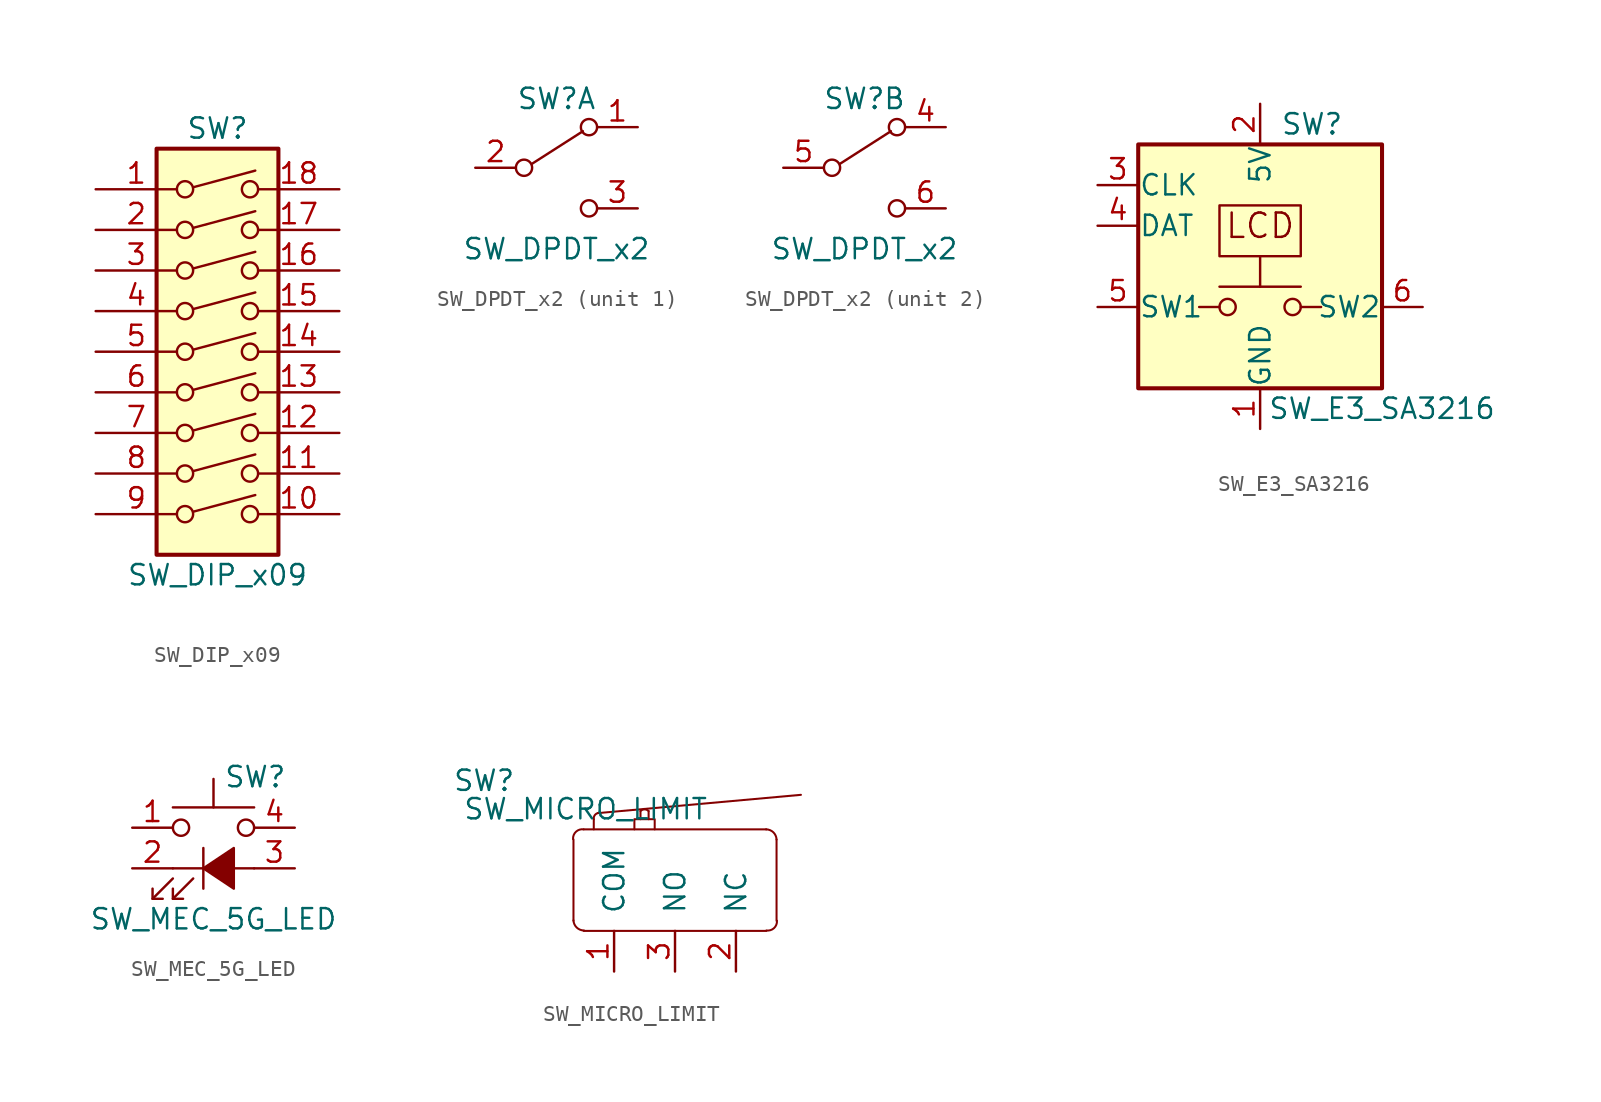
<source format=kicad_sym>
(kicad_symbol_lib
  (version 20201005)
  (generator kicad_symbol_editor)
  (symbol "SW_DIP_x09"
    (pin_names
      (offset 0) hide)
    (property "Reference" "SW"
      (at 0 13.97 0)
      (effects (font (size 1.27 1.27))))
    (property "Value" "SW_DIP_x09"
      (at 0 -13.97 0)
      (effects (font (size 1.27 1.27))))
    (symbol "SW_DIP_x09_0_0"
      (circle (center -2.032 -10.16) (radius 0.508) (stroke (width 0)) (fill (type none)))
      (circle (center -2.032 -7.62) (radius 0.508) (stroke (width 0)) (fill (type none)))
      (circle (center -2.032 -5.08) (radius 0.508) (stroke (width 0)) (fill (type none)))
      (circle (center -2.032 -2.54) (radius 0.508) (stroke (width 0)) (fill (type none)))
      (circle (center -2.032 0) (radius 0.508) (stroke (width 0)) (fill (type none)))
      (circle (center -2.032 2.54) (radius 0.508) (stroke (width 0)) (fill (type none)))
      (circle (center -2.032 5.08) (radius 0.508) (stroke (width 0)) (fill (type none)))
      (circle (center -2.032 7.62) (radius 0.508) (stroke (width 0)) (fill (type none)))
      (circle (center -2.032 10.16) (radius 0.508) (stroke (width 0)) (fill (type none)))
      (circle (center 2.032 -10.16) (radius 0.508) (stroke (width 0)) (fill (type none)))
      (circle (center 2.032 -7.62) (radius 0.508) (stroke (width 0)) (fill (type none)))
      (circle (center 2.032 -5.08) (radius 0.508) (stroke (width 0)) (fill (type none)))
      (circle (center 2.032 -2.54) (radius 0.508) (stroke (width 0)) (fill (type none)))
      (circle (center 2.032 0) (radius 0.508) (stroke (width 0)) (fill (type none)))
      (circle (center 2.032 2.54) (radius 0.508) (stroke (width 0)) (fill (type none)))
      (circle (center 2.032 5.08) (radius 0.508) (stroke (width 0)) (fill (type none)))
      (circle (center 2.032 7.62) (radius 0.508) (stroke (width 0)) (fill (type none)))
      (circle (center 2.032 10.16) (radius 0.508) (stroke (width 0)) (fill (type none)))
      (polyline (pts (xy -1.524 -10.008) (xy 2.362 -8.966)) (stroke (width 0)) (fill (type none)))
      (polyline (pts (xy -1.524 -7.468) (xy 2.362 -6.426)) (stroke (width 0)) (fill (type none)))
      (polyline (pts (xy -1.524 -4.928) (xy 2.362 -3.886)) (stroke (width 0)) (fill (type none)))
      (polyline (pts (xy -1.524 -2.388) (xy 2.362 -1.346)) (stroke (width 0)) (fill (type none)))
      (polyline (pts (xy -1.524 0.127) (xy 2.362 1.168)) (stroke (width 0)) (fill (type none)))
      (polyline (pts (xy -1.524 2.667) (xy 2.362 3.708)) (stroke (width 0)) (fill (type none)))
      (polyline (pts (xy -1.524 5.207) (xy 2.362 6.248)) (stroke (width 0)) (fill (type none)))
      (polyline (pts (xy -1.524 7.747) (xy 2.362 8.788)) (stroke (width 0)) (fill (type none)))
      (polyline (pts (xy -1.524 10.287) (xy 2.362 11.328)) (stroke (width 0)) (fill (type none))))
    (symbol "SW_DIP_x09_0_1"
      (rectangle (start -3.81 12.7) (end 3.81 -12.7) (stroke (width 0.254)) (fill (type background))))
    (symbol "SW_DIP_x09_1_1"
      (pin passive line (at -7.62 10.16 0) (length 5.08) (name "~" (effects (font (size 1.27 1.27)))) (number "1" (effects (font (size 1.27 1.27)))))
      (pin passive line (at 7.62 -10.16 180) (length 5.08) (name "~" (effects (font (size 1.27 1.27)))) (number "10" (effects (font (size 1.27 1.27)))))
      (pin passive line (at 7.62 -7.62 180) (length 5.08) (name "~" (effects (font (size 1.27 1.27)))) (number "11" (effects (font (size 1.27 1.27)))))
      (pin passive line (at 7.62 -5.08 180) (length 5.08) (name "~" (effects (font (size 1.27 1.27)))) (number "12" (effects (font (size 1.27 1.27)))))
      (pin passive line (at 7.62 -2.54 180) (length 5.08) (name "~" (effects (font (size 1.27 1.27)))) (number "13" (effects (font (size 1.27 1.27)))))
      (pin passive line (at 7.62 0 180) (length 5.08) (name "~" (effects (font (size 1.27 1.27)))) (number "14" (effects (font (size 1.27 1.27)))))
      (pin passive line (at 7.62 2.54 180) (length 5.08) (name "~" (effects (font (size 1.27 1.27)))) (number "15" (effects (font (size 1.27 1.27)))))
      (pin passive line (at 7.62 5.08 180) (length 5.08) (name "~" (effects (font (size 1.27 1.27)))) (number "16" (effects (font (size 1.27 1.27)))))
      (pin passive line (at 7.62 7.62 180) (length 5.08) (name "~" (effects (font (size 1.27 1.27)))) (number "17" (effects (font (size 1.27 1.27)))))
      (pin passive line (at 7.62 10.16 180) (length 5.08) (name "~" (effects (font (size 1.27 1.27)))) (number "18" (effects (font (size 1.27 1.27)))))
      (pin passive line (at -7.62 7.62 0) (length 5.08) (name "~" (effects (font (size 1.27 1.27)))) (number "2" (effects (font (size 1.27 1.27)))))
      (pin passive line (at -7.62 5.08 0) (length 5.08) (name "~" (effects (font (size 1.27 1.27)))) (number "3" (effects (font (size 1.27 1.27)))))
      (pin passive line (at -7.62 2.54 0) (length 5.08) (name "~" (effects (font (size 1.27 1.27)))) (number "4" (effects (font (size 1.27 1.27)))))
      (pin passive line (at -7.62 0 0) (length 5.08) (name "~" (effects (font (size 1.27 1.27)))) (number "5" (effects (font (size 1.27 1.27)))))
      (pin passive line (at -7.62 -2.54 0) (length 5.08) (name "~" (effects (font (size 1.27 1.27)))) (number "6" (effects (font (size 1.27 1.27)))))
      (pin passive line (at -7.62 -5.08 0) (length 5.08) (name "~" (effects (font (size 1.27 1.27)))) (number "7" (effects (font (size 1.27 1.27)))))
      (pin passive line (at -7.62 -7.62 0) (length 5.08) (name "~" (effects (font (size 1.27 1.27)))) (number "8" (effects (font (size 1.27 1.27)))))
      (pin passive line (at -7.62 -10.16 0) (length 5.08) (name "~" (effects (font (size 1.27 1.27)))) (number "9" (effects (font (size 1.27 1.27)))))))
  (symbol "SW_DPDT_x2"
    (pin_names
      (offset 0) hide)
    (property "Reference" "SW"
      (at 0 4.318 0)
      (effects (font (size 1.27 1.27))))
    (property "Value" "SW_DPDT_x2"
      (at 0 -5.08 0)
      (effects (font (size 1.27 1.27))))
    (symbol "SW_DPDT_x2_0_0"
      (circle (center -2.032 0) (radius 0.508) (stroke (width 0)) (fill (type none)))
      (circle (center 2.032 -2.54) (radius 0.508) (stroke (width 0)) (fill (type none))))
    (symbol "SW_DPDT_x2_0_1"
      (circle (center 2.032 2.54) (radius 0.508) (stroke (width 0)) (fill (type none)))
      (polyline (pts (xy -1.524 0.254) (xy 1.651 2.286)) (stroke (width 0)) (fill (type none))))
    (symbol "SW_DPDT_x2_1_1"
      (pin passive line (at 5.08 2.54 180) (length 2.54) (name "A" (effects (font (size 1.27 1.27)))) (number "1" (effects (font (size 1.27 1.27)))))
      (pin passive line (at -5.08 0 0) (length 2.54) (name "B" (effects (font (size 1.27 1.27)))) (number "2" (effects (font (size 1.27 1.27)))))
      (pin passive line (at 5.08 -2.54 180) (length 2.54) (name "C" (effects (font (size 1.27 1.27)))) (number "3" (effects (font (size 1.27 1.27))))))
    (symbol "SW_DPDT_x2_2_1"
      (pin passive line (at 5.08 2.54 180) (length 2.54) (name "A" (effects (font (size 1.27 1.27)))) (number "4" (effects (font (size 1.27 1.27)))))
      (pin passive line (at -5.08 0 0) (length 2.54) (name "B" (effects (font (size 1.27 1.27)))) (number "5" (effects (font (size 1.27 1.27)))))
      (pin passive line (at 5.08 -2.54 180) (length 2.54) (name "C" (effects (font (size 1.27 1.27)))) (number "6" (effects (font (size 1.27 1.27)))))))
  (symbol "SW_E3_SA3216"
    (pin_names
      (offset 0.025))
    (property "Reference" "SW"
      (at 1.27 8.89 0)
      (effects (font (size 1.27 1.27)) (justify left)))
    (property "Value" "SW_E3_SA3216"
      (at 7.62 -8.89 0)
      (effects (font (size 1.27 1.27))))
    (symbol "SW_E3_SA3216_0_0"
      (text "LCD" (at 0 2.54 0) (effects (font (size 1.524 1.524))))
      (rectangle (start -7.62 7.62) (end 7.62 -7.62) (stroke (width 0.254)) (fill (type background)))
      (polyline (pts (xy -2.54 -2.54) (xy -3.81 -2.54)) (stroke (width 0)) (fill (type none)))
      (polyline (pts (xy 2.54 -2.54) (xy 3.81 -2.54)) (stroke (width 0)) (fill (type none))))
    (symbol "SW_E3_SA3216_0_1"
      (circle (center -2.032 -2.54) (radius 0.508) (stroke (width 0)) (fill (type none)))
      (circle (center 2.032 -2.54) (radius 0.508) (stroke (width 0)) (fill (type none)))
      (polyline (pts (xy 2.54 -1.27) (xy -2.54 -1.27)) (stroke (width 0)) (fill (type none)))
      (polyline (pts (xy 0 -1.27) (xy 0 0.635) (xy -2.54 0.635) (xy -2.54 3.81) (xy 2.54 3.81) (xy 2.54 0.635) (xy 0 0.635)) (stroke (width 0)) (fill (type none)))
      (pin power_in line (at 0 -10.16 90) (length 2.54) (name "GND" (effects (font (size 1.27 1.27)))) (number "1" (effects (font (size 1.27 1.27)))))
      (pin power_in line (at 0 10.16 270) (length 2.54) (name "5V" (effects (font (size 1.27 1.27)))) (number "2" (effects (font (size 1.27 1.27)))))
      (pin input line (at -10.16 5.08 0) (length 2.54) (name "CLK" (effects (font (size 1.27 1.27)))) (number "3" (effects (font (size 1.27 1.27)))))
      (pin input line (at -10.16 2.54 0) (length 2.54) (name "DAT" (effects (font (size 1.27 1.27)))) (number "4" (effects (font (size 1.27 1.27))))))
    (symbol "SW_E3_SA3216_1_1"
      (pin passive line (at -10.16 -2.54 0) (length 2.54) (name "SW1" (effects (font (size 1.27 1.27)))) (number "5" (effects (font (size 1.27 1.27)))))
      (pin passive line (at 10.16 -2.54 180) (length 2.54) (name "SW2" (effects (font (size 1.27 1.27)))) (number "6" (effects (font (size 1.27 1.27)))))))
  (symbol "SW_MEC_5G_LED"
    (pin_names
      (offset 1.016) hide)
    (property "Reference" "SW"
      (at 0.635 5.715 0)
      (effects (font (size 1.27 1.27)) (justify left)))
    (property "Value" "SW_MEC_5G_LED"
      (at 0 -3.175 0)
      (effects (font (size 1.27 1.27))))
    (symbol "SW_MEC_5G_LED_0_0"
      (polyline (pts (xy -3.81 -1.905) (xy -2.54 -0.635)) (stroke (width 0)) (fill (type none)))
      (polyline (pts (xy -2.54 -1.905) (xy -1.27 -0.635)) (stroke (width 0)) (fill (type none)))
      (polyline (pts (xy -2.54 0) (xy 2.54 0)) (stroke (width 0)) (fill (type none)))
      (polyline (pts (xy -0.635 1.27) (xy -0.635 -1.27)) (stroke (width 0)) (fill (type none)))
      (polyline (pts (xy -3.81 -1.27) (xy -3.81 -1.905) (xy -3.175 -1.905)) (stroke (width 0)) (fill (type none)))
      (polyline (pts (xy -2.54 -1.27) (xy -2.54 -1.905) (xy -1.905 -1.905)) (stroke (width 0)) (fill (type none)))
      (polyline (pts (xy -0.635 0) (xy 1.27 1.27) (xy 1.27 -1.27) (xy -0.635 0)) (stroke (width 0)) (fill (type outline))))
    (symbol "SW_MEC_5G_LED_0_1"
      (circle (center -2.032 2.54) (radius 0.508) (stroke (width 0)) (fill (type none)))
      (circle (center 2.032 2.54) (radius 0.508) (stroke (width 0)) (fill (type none)))
      (polyline (pts (xy 0 3.81) (xy 0 5.588)) (stroke (width 0)) (fill (type none)))
      (polyline (pts (xy 2.54 3.81) (xy -2.54 3.81)) (stroke (width 0)) (fill (type none)))
      (pin passive line (at -5.08 2.54 0) (length 2.54) (name "1" (effects (font (size 1.27 1.27)))) (number "1" (effects (font (size 1.27 1.27)))))
      (pin passive line (at -5.08 0 0) (length 2.54) (name "2" (effects (font (size 1.27 1.27)))) (number "2" (effects (font (size 1.27 1.27)))))
      (pin passive line (at 5.08 0 180) (length 2.54) (name "K" (effects (font (size 1.27 1.27)))) (number "3" (effects (font (size 1.27 1.27)))))
      (pin passive line (at 5.08 2.54 180) (length 2.54) (name "A" (effects (font (size 1.27 1.27)))) (number "4" (effects (font (size 1.27 1.27)))))))
  (symbol "SW_MICRO_LIMIT"
    (pin_names
      (offset 1.016))
    (property "Reference" "SW"
      (at -18.288 -3.302 0)
      (effects (font (size 1.27 1.27))))
    (property "Value" "SW_MICRO_LIMIT"
      (at -11.938 -5.08 0)
      (effects (font (size 1.27 1.27))))
    (symbol "SW_MICRO_LIMIT_0_1"
      (arc (start -12.065 -6.35) (end -12.7254 -6.9596) (radius (at -12.1158 -6.9342) (length 0.5842) (angles 85 -177.6)) (stroke (width 0.127)) (fill (type none)))
      (arc (start -11.43 -5.715) (end -11.176 -5.334) (radius (at -11.0998 -5.6642) (length 0.3302) (angles -171.3 103)) (stroke (width 0.127)) (fill (type none)))
      (arc (start -8.001 -5.207) (end -8.509 -5.207) (radius (at -8.255 -5.461) (length 0.3556) (angles 45 135)) (stroke (width 0.127)) (fill (type none)))
      (arc (start 0 -6.985) (end -0.6604 -6.35) (radius (at -0.6604 -7.0104) (length 0.6604) (angles 2.2 90)) (stroke (width 0.127)) (fill (type none)))
      (polyline (pts (xy -12.7 -12.065) (xy -12.7 -6.985)) (stroke (width 0.127)) (fill (type none)))
      (polyline (pts (xy -12.065 -6.35) (xy -0.635 -6.35)) (stroke (width 0.127)) (fill (type none)))
      (polyline (pts (xy -11.43 -6.35) (xy -11.43 -5.715)) (stroke (width 0.127)) (fill (type none)))
      (polyline (pts (xy -11.176 -5.334) (xy 1.524 -4.191)) (stroke (width 0.127)) (fill (type none)))
      (polyline (pts (xy -8.509 -5.715) (xy -8.509 -5.207)) (stroke (width 0.127)) (fill (type none)))
      (polyline (pts (xy -8.001 -5.715) (xy -8.001 -5.207)) (stroke (width 0.127)) (fill (type none)))
      (polyline (pts (xy -0.635 -12.7) (xy -12.065 -12.7)) (stroke (width 0.127)) (fill (type none)))
      (polyline (pts (xy 0 -12.065) (xy 0 -6.985)) (stroke (width 0.127)) (fill (type none)))
      (polyline (pts (xy -8.89 -6.35) (xy -8.89 -5.715) (xy -7.62 -5.715) (xy -7.62 -6.35)) (stroke (width 0.127)) (fill (type none))))
    (symbol "SW_MICRO_LIMIT_1_1"
      (arc (start -12.7 -12.0396) (end -12.0396 -12.6746) (radius (at -12.0396 -12.0142) (length 0.6604) (angles -177.8 -90)) (stroke (width 0.127)) (fill (type none)))
      (arc (start -0.635 -12.6746) (end 0.0254 -12.065) (radius (at -0.5842 -12.0904) (length 0.5842) (angles -95 2.4)) (stroke (width 0.127)) (fill (type none)))
      (pin input line (at -10.16 -15.24 90) (length 2.54) (name "COM" (effects (font (size 1.27 1.27)))) (number "1" (effects (font (size 1.27 1.27)))))
      (pin input line (at -2.54 -15.24 90) (length 2.54) (name "NC" (effects (font (size 1.27 1.27)))) (number "2" (effects (font (size 1.27 1.27)))))
      (pin input line (at -6.35 -15.24 90) (length 2.54) (name "NO" (effects (font (size 1.27 1.27)))) (number "3" (effects (font (size 1.27 1.27))))))))
</source>
